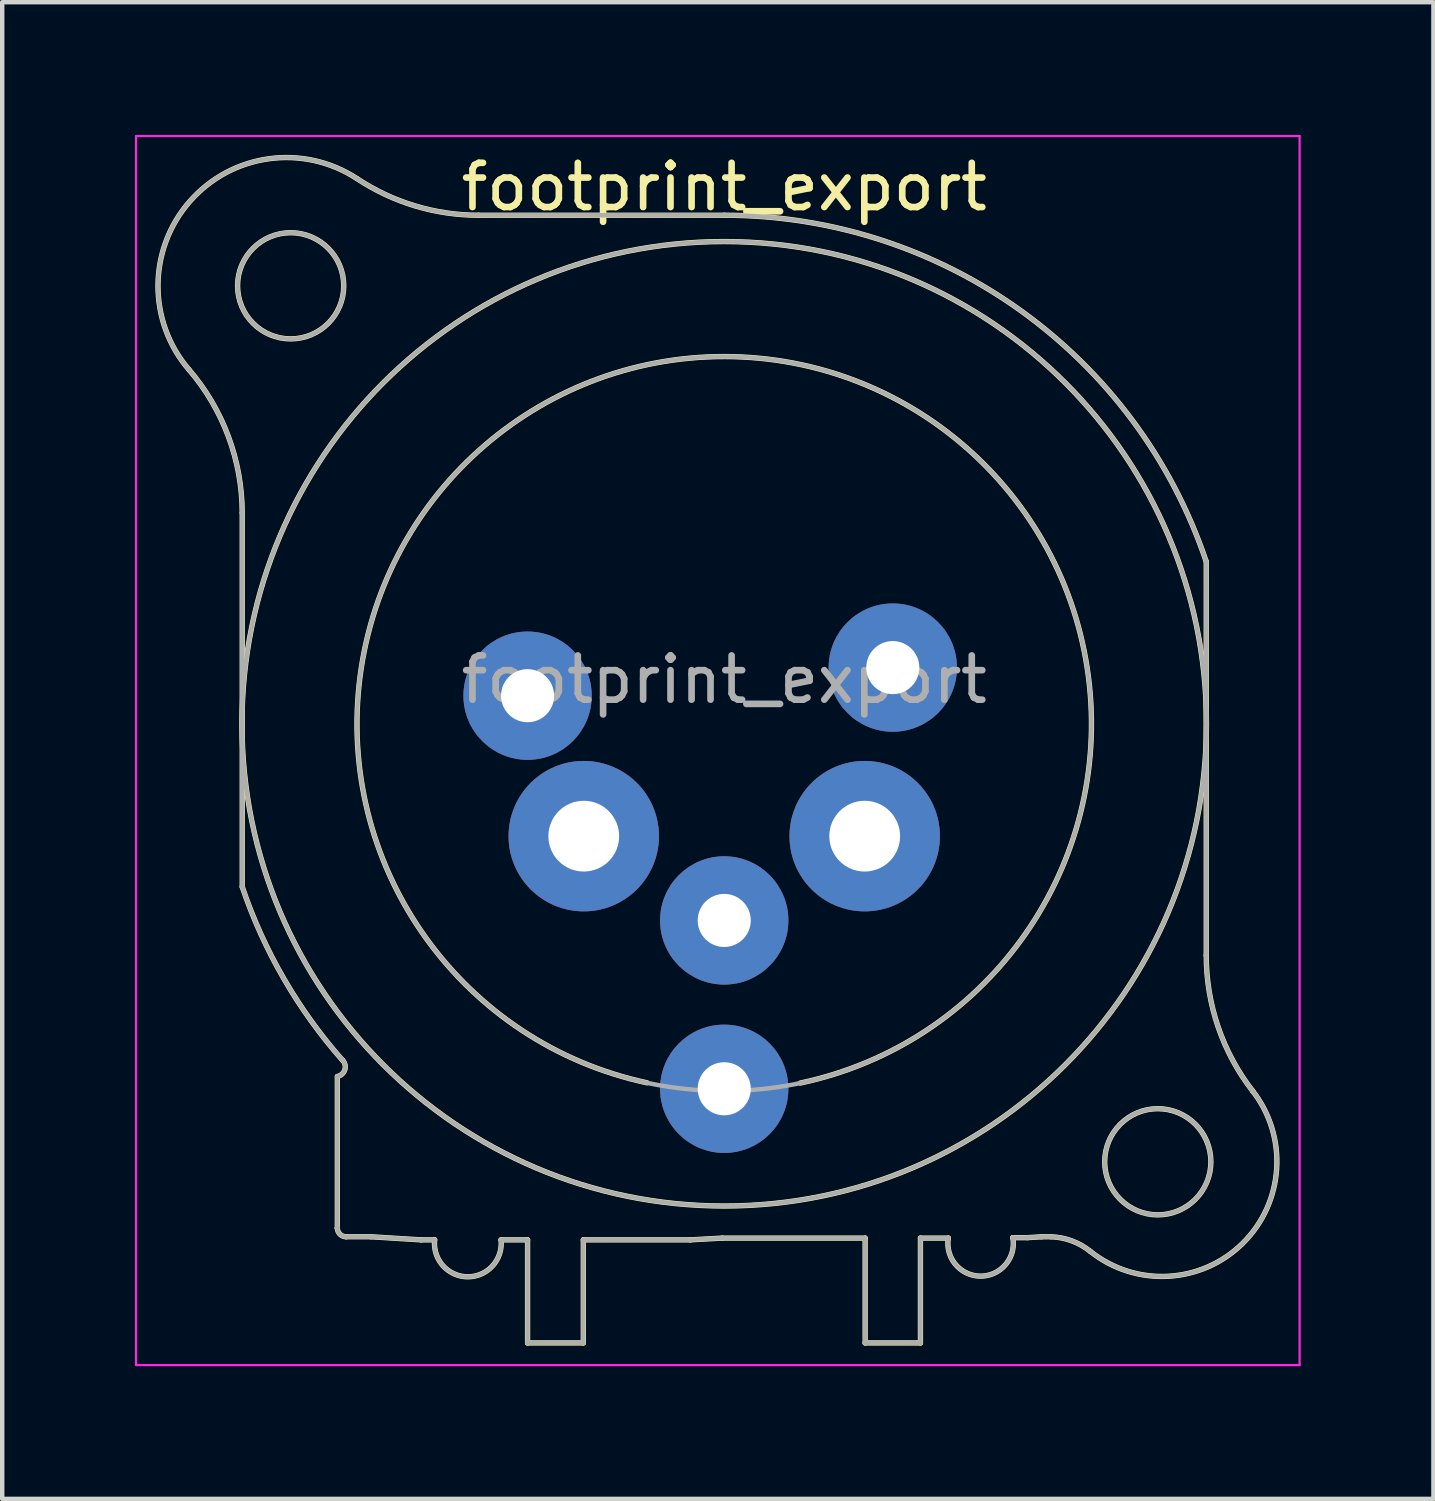
<source format=kicad_pcb>
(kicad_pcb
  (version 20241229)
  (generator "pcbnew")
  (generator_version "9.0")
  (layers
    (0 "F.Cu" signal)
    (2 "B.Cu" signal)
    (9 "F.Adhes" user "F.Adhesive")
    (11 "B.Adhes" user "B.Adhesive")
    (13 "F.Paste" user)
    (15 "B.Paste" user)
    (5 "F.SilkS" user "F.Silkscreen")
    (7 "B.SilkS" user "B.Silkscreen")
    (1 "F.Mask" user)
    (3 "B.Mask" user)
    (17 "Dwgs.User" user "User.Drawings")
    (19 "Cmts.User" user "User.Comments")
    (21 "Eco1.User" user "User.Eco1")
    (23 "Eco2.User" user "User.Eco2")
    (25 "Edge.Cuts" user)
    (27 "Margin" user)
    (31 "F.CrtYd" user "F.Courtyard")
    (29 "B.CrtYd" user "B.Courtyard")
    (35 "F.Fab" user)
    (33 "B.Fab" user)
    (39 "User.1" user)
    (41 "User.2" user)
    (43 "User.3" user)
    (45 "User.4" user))
  (footprint "footprint_export"
    (layer "F.Cu")
    (at 8.875 12.675)
    (property "Reference" "footprint_export" (at 4.445 -11.5 0) (layer "F.SilkS") (effects (font (size 1 1) (thickness 0.15))))
    (attr through_hole)
    (fp_line (start -6.45 4.32) (end -6.45 -4.13) (stroke (width 0.12) (type solid)) (layer "F.SilkS"))
    (fp_line (start -4.3 8.61) (end -4.3 12.03) (stroke (width 0.12) (type solid)) (layer "F.SilkS"))
    (fp_line (start -4.3 12.04) (end -4.3 12.03) (stroke (width 0.12) (type solid)) (layer "F.SilkS"))
    (fp_line (start -3.54 12.23) (end -4.1 12.23) (stroke (width 0.12) (type solid)) (layer "F.SilkS"))
    (fp_line (start -3.54 12.23) (end -2.41 12.3) (stroke (width 0.12) (type solid)) (layer "F.SilkS"))
    (fp_line (start -2.41 12.3) (end -2.1 12.3) (stroke (width 0.12) (type solid)) (layer "F.SilkS"))
    (fp_line (start -1.11 -10.86) (end 4.445 -10.86) (stroke (width 0.12) (type solid)) (layer "F.SilkS"))
    (fp_line (start -0.6 12.3) (end 0 12.3) (stroke (width 0.12) (type solid)) (layer "F.SilkS"))
    (fp_line (start 0 12.3) (end 0 14.63) (stroke (width 0.12) (type solid)) (layer "F.SilkS"))
    (fp_line (start 1.26 12.3) (end 1.26 14.63) (stroke (width 0.12) (type solid)) (layer "F.SilkS"))
    (fp_line (start 1.26 12.3) (end 3.68 12.3) (stroke (width 0.12) (type solid)) (layer "F.SilkS"))
    (fp_line (start 1.26 14.63) (end 0 14.63) (stroke (width 0.12) (type solid)) (layer "F.SilkS"))
    (fp_line (start 3.68 12.3) (end 4.4 12.26) (stroke (width 0.12) (type solid)) (layer "F.SilkS"))
    (fp_line (start 4.4 12.26) (end 7.63 12.26) (stroke (width 0.12) (type solid)) (layer "F.SilkS"))
    (fp_line (start 7.63 12.26) (end 7.63 14.63) (stroke (width 0.12) (type solid)) (layer "F.SilkS"))
    (fp_line (start 8.88 12.26) (end 8.88 14.63) (stroke (width 0.12) (type solid)) (layer "F.SilkS"))
    (fp_line (start 8.88 12.26) (end 9.51 12.26) (stroke (width 0.12) (type solid)) (layer "F.SilkS"))
    (fp_line (start 8.88 14.63) (end 7.63 14.63) (stroke (width 0.12) (type solid)) (layer "F.SilkS"))
    (fp_line (start 11.3 12.25) (end 10.97 12.25) (stroke (width 0.12) (type solid)) (layer "F.SilkS"))
    (fp_line (start 11.3 12.25) (end 11.62 12.23) (stroke (width 0.12) (type solid)) (layer "F.SilkS"))
    (fp_line (start 11.62 12.23) (end 11.83 12.23) (stroke (width 0.12) (type solid)) (layer "F.SilkS"))
    (fp_line (start 15.34 5.87) (end 15.34 -3.03) (stroke (width 0.12) (type solid)) (layer "F.SilkS"))
    (fp_arc (start -7.657744 -7.374956) (mid -6.763404 -5.860588) (end -6.45 -4.13) (stroke (width 0.12) (type solid)) (layer "F.SilkS"))
    (fp_arc (start -7.651513 -7.366237) (mid -7.633396 -11.174623) (end -3.86 -11.69) (stroke (width 0.12) (type solid)) (layer "F.SilkS"))
    (fp_arc (start -4.183989 8.238999) (mid -5.511715 6.392089) (end -6.45 4.32) (stroke (width 0.12) (type solid)) (layer "F.SilkS"))
    (fp_arc (start -4.18 8.24) (mid -4.131238 8.457218) (end -4.29758 8.605176) (stroke (width 0.12) (type solid)) (layer "F.SilkS"))
    (fp_arc (start -4.1 12.23) (mid -4.241421 12.171421) (end -4.3 12.03) (stroke (width 0.12) (type solid)) (layer "F.SilkS"))
    (fp_arc (start -1.109492 -10.859879) (mid -2.546037 -11.071859) (end -3.86 -11.69) (stroke (width 0.12) (type solid)) (layer "F.SilkS"))
    (fp_arc (start -0.599756 12.302318) (mid -1.351165 13.134254) (end -2.1 12.3) (stroke (width 0.12) (type solid)) (layer "F.SilkS"))
    (fp_arc (start 2.7 8.75) (mid 4.457421 -7.665488) (end 6.165706 8.755186) (stroke (width 0.12) (type solid)) (layer "F.SilkS"))
    (fp_arc (start 4.44649 -10.859923) (mid 11.153971 -8.698968) (end 15.34 -3.03) (stroke (width 0.12) (type solid)) (layer "F.SilkS"))
    (fp_arc (start 10.968412 12.250709) (mid 10.244713 13.119782) (end 9.51 12.26) (stroke (width 0.12) (type solid)) (layer "F.SilkS"))
    (fp_arc (start 11.83183 12.230062) (mid 12.302634 12.323105) (end 12.72 12.56) (stroke (width 0.12) (type solid)) (layer "F.SilkS"))
    (fp_arc (start 16.386345 8.930697) (mid 16.167129 12.375778) (end 12.72 12.56) (stroke (width 0.12) (type solid)) (layer "F.SilkS"))
    (fp_arc (start 16.392436 8.938671) (mid 15.610422 7.492064) (end 15.34 5.87) (stroke (width 0.12) (type solid)) (layer "F.SilkS"))
    (fp_circle (center -5.355 -9.265) (end -4.155 -9.265) (stroke (width 0.12) (type solid)) (fill no) (layer "F.SilkS"))
    (fp_circle (center 4.445 0.635) (end 15.345 0.635) (stroke (width 0.12) (type solid)) (fill no) (layer "F.SilkS"))
    (fp_circle (center 14.245 10.535) (end 15.445 10.535) (stroke (width 0.12) (type solid)) (fill no) (layer "F.SilkS"))
    (fp_line (start -8.85 -12.65) (end 17.45 -12.65) (stroke (width 0.05) (type solid)) (layer "F.CrtYd"))
    (fp_line (start -8.85 15.13) (end -8.85 -12.65) (stroke (width 0.05) (type solid)) (layer "F.CrtYd"))
    (fp_line (start 17.45 -12.65) (end 17.45 15.13) (stroke (width 0.05) (type solid)) (layer "F.CrtYd"))
    (fp_line (start 17.45 15.13) (end -8.85 15.13) (stroke (width 0.05) (type solid)) (layer "F.CrtYd"))
    (fp_line (start -6.45 4.32) (end -6.45 -4.13) (stroke (width 0.1) (type solid)) (layer "F.Fab"))
    (fp_line (start -4.3 8.61) (end -4.3 12.03) (stroke (width 0.1) (type solid)) (layer "F.Fab"))
    (fp_line (start -4.3 12.04) (end -4.3 12.03) (stroke (width 0.1) (type solid)) (layer "F.Fab"))
    (fp_line (start -3.54 12.23) (end -4.1 12.23) (stroke (width 0.1) (type solid)) (layer "F.Fab"))
    (fp_line (start -3.54 12.23) (end -2.41 12.3) (stroke (width 0.1) (type solid)) (layer "F.Fab"))
    (fp_line (start -2.41 12.3) (end -2.1 12.3) (stroke (width 0.1) (type solid)) (layer "F.Fab"))
    (fp_line (start -1.11 -10.86) (end 4.445 -10.86) (stroke (width 0.1) (type solid)) (layer "F.Fab"))
    (fp_line (start -0.6 12.3) (end 0 12.3) (stroke (width 0.1) (type solid)) (layer "F.Fab"))
    (fp_line (start 0 12.3) (end 0 14.63) (stroke (width 0.1) (type solid)) (layer "F.Fab"))
    (fp_line (start 1.26 12.3) (end 1.26 14.63) (stroke (width 0.1) (type solid)) (layer "F.Fab"))
    (fp_line (start 1.26 12.3) (end 3.68 12.3) (stroke (width 0.1) (type solid)) (layer "F.Fab"))
    (fp_line (start 1.26 14.63) (end 0 14.63) (stroke (width 0.1) (type solid)) (layer "F.Fab"))
    (fp_line (start 3.68 12.3) (end 4.4 12.26) (stroke (width 0.1) (type solid)) (layer "F.Fab"))
    (fp_line (start 4.4 12.26) (end 7.63 12.26) (stroke (width 0.1) (type solid)) (layer "F.Fab"))
    (fp_line (start 7.63 12.26) (end 7.63 14.63) (stroke (width 0.1) (type solid)) (layer "F.Fab"))
    (fp_line (start 8.88 12.26) (end 8.88 14.63) (stroke (width 0.1) (type solid)) (layer "F.Fab"))
    (fp_line (start 8.88 12.26) (end 9.51 12.26) (stroke (width 0.1) (type solid)) (layer "F.Fab"))
    (fp_line (start 8.88 14.63) (end 7.63 14.63) (stroke (width 0.1) (type solid)) (layer "F.Fab"))
    (fp_line (start 11.3 12.25) (end 10.97 12.25) (stroke (width 0.1) (type solid)) (layer "F.Fab"))
    (fp_line (start 11.3 12.25) (end 11.62 12.23) (stroke (width 0.1) (type solid)) (layer "F.Fab"))
    (fp_line (start 11.62 12.23) (end 11.83 12.23) (stroke (width 0.1) (type solid)) (layer "F.Fab"))
    (fp_line (start 15.34 5.87) (end 15.34 -3.03) (stroke (width 0.1) (type solid)) (layer "F.Fab"))
    (fp_arc (start -7.657744 -7.374956) (mid -6.763404 -5.860588) (end -6.45 -4.13) (stroke (width 0.1) (type solid)) (layer "F.Fab"))
    (fp_arc (start -7.651513 -7.366237) (mid -7.633396 -11.174623) (end -3.86 -11.69) (stroke (width 0.1) (type solid)) (layer "F.Fab"))
    (fp_arc (start -4.183989 8.238999) (mid -5.511715 6.392089) (end -6.45 4.32) (stroke (width 0.1) (type solid)) (layer "F.Fab"))
    (fp_arc (start -4.18 8.24) (mid -4.131238 8.457218) (end -4.29758 8.605176) (stroke (width 0.1) (type solid)) (layer "F.Fab"))
    (fp_arc (start -4.1 12.23) (mid -4.241421 12.171421) (end -4.3 12.03) (stroke (width 0.1) (type solid)) (layer "F.Fab"))
    (fp_arc (start -1.109492 -10.859879) (mid -2.546037 -11.071859) (end -3.86 -11.69) (stroke (width 0.1) (type solid)) (layer "F.Fab"))
    (fp_arc (start -0.599756 12.302318) (mid -1.351165 13.134254) (end -2.1 12.3) (stroke (width 0.1) (type solid)) (layer "F.Fab"))
    (fp_arc (start 4.44649 -10.859923) (mid 11.153971 -8.698968) (end 15.34 -3.03) (stroke (width 0.1) (type solid)) (layer "F.Fab"))
    (fp_arc (start 10.968412 12.250709) (mid 10.244713 13.119782) (end 9.51 12.26) (stroke (width 0.1) (type solid)) (layer "F.Fab"))
    (fp_arc (start 11.83183 12.230062) (mid 12.302634 12.323105) (end 12.72 12.56) (stroke (width 0.1) (type solid)) (layer "F.Fab"))
    (fp_arc (start 16.386345 8.930697) (mid 16.167129 12.375778) (end 12.72 12.56) (stroke (width 0.1) (type solid)) (layer "F.Fab"))
    (fp_arc (start 16.392436 8.938671) (mid 15.610422 7.492064) (end 15.34 5.87) (stroke (width 0.1) (type solid)) (layer "F.Fab"))
    (fp_circle (center -5.355 -9.265) (end -4.155 -9.265) (stroke (width 0.1) (type solid)) (fill no) (layer "F.Fab"))
    (fp_circle (center 4.445 0.635) (end 12.745 0.635) (stroke (width 0.1) (type solid)) (fill no) (layer "F.Fab"))
    (fp_circle (center 4.445 0.635) (end 15.345 0.635) (stroke (width 0.1) (type solid)) (fill no) (layer "F.Fab"))
    (fp_circle (center 14.245 10.535) (end 15.445 10.535) (stroke (width 0.1) (type solid)) (fill no) (layer "F.Fab"))
    (fp_text user "${REFERENCE}" (at 4.445 -0.365 0) (layer "F.Fab") (effects (font (size 1 1) (thickness 0.15))))
    (pad "1" thru_hole circle (at 0 0) (size 2.9 2.9) (drill 1.2) (layers "*.Cu" "*.Mask"))
    (pad "2" thru_hole circle (at 1.27 3.175) (size 3.4 3.4) (drill 1.6) (layers "*.Cu" "*.Mask"))
    (pad "3" thru_hole circle (at 4.445 5.08) (size 2.9 2.9) (drill 1.2) (layers "*.Cu" "*.Mask"))
    (pad "4" thru_hole circle (at 7.62 3.175) (size 3.4 3.4) (drill 1.6) (layers "*.Cu" "*.Mask"))
    (pad "5" thru_hole circle (at 8.255 -0.635) (size 2.9 2.9) (drill 1.2) (layers "*.Cu" "*.Mask"))
    (pad "G" thru_hole circle (at 4.445 8.885) (size 2.9 2.9) (drill 1.2) (layers "*.Cu" "*.Mask")))
  (gr_rect
    (start -3 -3)
    (end 29.35 30.83)
    (stroke (width 0.1) (type default))
    (fill no)
    (layer "Edge.Cuts")))
</source>
